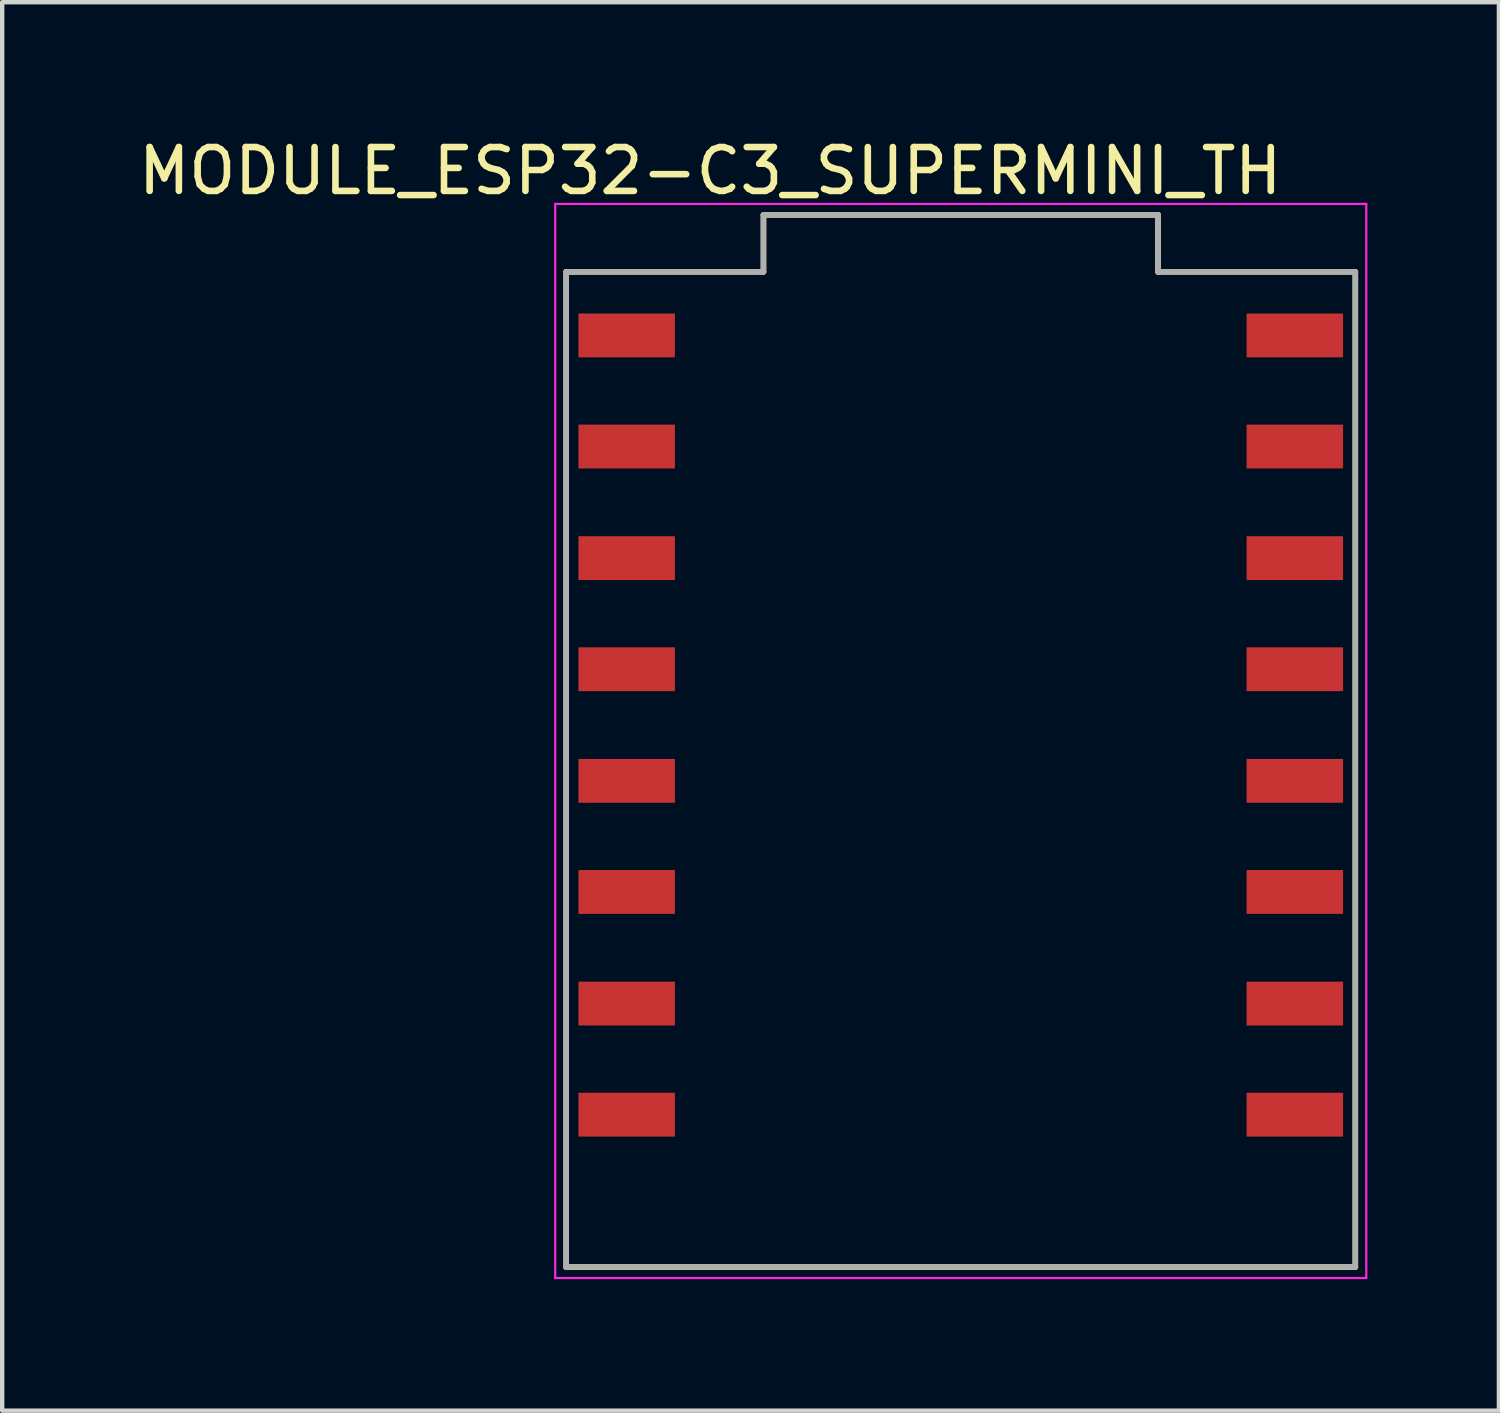
<source format=kicad_pcb>
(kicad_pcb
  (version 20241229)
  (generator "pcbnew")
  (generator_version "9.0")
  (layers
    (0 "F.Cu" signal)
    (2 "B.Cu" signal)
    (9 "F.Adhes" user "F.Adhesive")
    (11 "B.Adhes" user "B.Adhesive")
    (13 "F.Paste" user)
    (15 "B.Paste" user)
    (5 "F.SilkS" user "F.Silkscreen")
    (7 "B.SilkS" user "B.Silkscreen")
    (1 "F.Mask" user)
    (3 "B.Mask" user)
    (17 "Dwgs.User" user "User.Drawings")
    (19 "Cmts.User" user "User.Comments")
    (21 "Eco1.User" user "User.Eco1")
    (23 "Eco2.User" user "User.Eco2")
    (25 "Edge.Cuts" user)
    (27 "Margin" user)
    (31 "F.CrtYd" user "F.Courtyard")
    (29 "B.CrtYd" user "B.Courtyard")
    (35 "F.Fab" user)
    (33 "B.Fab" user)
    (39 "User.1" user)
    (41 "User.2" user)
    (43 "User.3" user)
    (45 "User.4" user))
  (footprint "MODULE_ESP32-C3_SUPERMINI_TH"
    (layer "F.Cu")
    (at 18.864 14.501)
    (property "Reference" "MODULE_ESP32-C3_SUPERMINI_TH" (at -5.715 -13.652 0) (layer "F.SilkS") (effects (font (size 1 1) (thickness 0.15))))
    (attr through_hole)
    (fp_line (start -9 11.35) (end -9 -11.35) (stroke (width 0.127) (type solid)) (layer "F.SilkS"))
    (fp_line (start -4.5 -12.65) (end -4.5 -11.35) (stroke (width 0.127) (type solid)) (layer "F.SilkS"))
    (fp_line (start -4.5 -11.35) (end -9 -11.35) (stroke (width 0.127) (type solid)) (layer "F.SilkS"))
    (fp_line (start 4.5 -12.65) (end -4.5 -12.65) (stroke (width 0.127) (type solid)) (layer "F.SilkS"))
    (fp_line (start 4.5 -12.65) (end 4.5 -11.35) (stroke (width 0.127) (type solid)) (layer "F.SilkS"))
    (fp_line (start 9 -11.35) (end 4.5 -11.35) (stroke (width 0.127) (type solid)) (layer "F.SilkS"))
    (fp_line (start 9 11.35) (end -9 11.35) (stroke (width 0.127) (type solid)) (layer "F.SilkS"))
    (fp_line (start 9 11.35) (end 9 -11.35) (stroke (width 0.127) (type solid)) (layer "F.SilkS"))
    (fp_line (start -9.25 -12.9) (end 9.25 -12.9) (stroke (width 0.05) (type solid)) (layer "F.CrtYd"))
    (fp_line (start -9.25 11.6) (end -9.25 -12.9) (stroke (width 0.05) (type solid)) (layer "F.CrtYd"))
    (fp_line (start 9.25 -12.9) (end 9.25 11.6) (stroke (width 0.05) (type solid)) (layer "F.CrtYd"))
    (fp_line (start 9.25 11.6) (end -9.25 11.6) (stroke (width 0.05) (type solid)) (layer "F.CrtYd"))
    (fp_line (start -9 11.35) (end -9 -11.35) (stroke (width 0.127) (type solid)) (layer "F.Fab"))
    (fp_line (start -4.5 -12.65) (end -4.5 -11.35) (stroke (width 0.127) (type solid)) (layer "F.Fab"))
    (fp_line (start -4.5 -11.35) (end -9 -11.35) (stroke (width 0.127) (type solid)) (layer "F.Fab"))
    (fp_line (start 4.5 -12.65) (end -4.5 -12.65) (stroke (width 0.127) (type solid)) (layer "F.Fab"))
    (fp_line (start 4.5 -12.65) (end 4.5 -11.35) (stroke (width 0.127) (type solid)) (layer "F.Fab"))
    (fp_line (start 9 -11.35) (end 4.5 -11.35) (stroke (width 0.127) (type solid)) (layer "F.Fab"))
    (fp_line (start 9 11.35) (end -9 11.35) (stroke (width 0.127) (type solid)) (layer "F.Fab"))
    (fp_line (start 9 11.35) (end 9 -11.35) (stroke (width 0.127) (type solid)) (layer "F.Fab"))
    (pad "0" smd rect (at 7.62 7.874) (size 2.2 1) (layers "F.Cu" "F.Mask" "F.Paste"))
    (pad "1" smd rect (at 7.62 5.34) (size 2.2 1) (layers "F.Cu" "F.Mask" "F.Paste"))
    (pad "2" smd rect (at 7.62 2.794) (size 2.2 1) (layers "F.Cu" "F.Mask" "F.Paste"))
    (pad "3" smd rect (at 7.62 0.26) (size 2.2 1) (layers "F.Cu" "F.Mask" "F.Paste"))
    (pad "3.3" smd rect (at 7.62 -4.82) (size 2.2 1) (layers "F.Cu" "F.Mask" "F.Paste"))
    (pad "4" smd rect (at 7.62 -2.286) (size 2.2 1) (layers "F.Cu" "F.Mask" "F.Paste"))
    (pad "5" smd rect (at -7.62 -9.9) (size 2.2 1) (layers "F.Cu" "F.Mask" "F.Paste"))
    (pad "5V" smd rect (at 7.62 -9.9) (size 2.2 1) (layers "F.Cu" "F.Mask" "F.Paste"))
    (pad "6" smd rect (at -7.62 -7.366) (size 2.2 1) (layers "F.Cu" "F.Mask" "F.Paste"))
    (pad "7" smd rect (at -7.62 -4.82) (size 2.2 1) (layers "F.Cu" "F.Mask" "F.Paste"))
    (pad "8" smd rect (at -7.62 -2.286) (size 2.2 1) (layers "F.Cu" "F.Mask" "F.Paste"))
    (pad "9" smd rect (at -7.62 0.26) (size 2.2 1) (layers "F.Cu" "F.Mask" "F.Paste"))
    (pad "10" smd rect (at -7.62 2.794) (size 2.2 1) (layers "F.Cu" "F.Mask" "F.Paste"))
    (pad "20" smd rect (at -7.62 5.34) (size 2.2 1) (layers "F.Cu" "F.Mask" "F.Paste"))
    (pad "21" smd rect (at -7.62 7.874) (size 2.2 1) (layers "F.Cu" "F.Mask" "F.Paste"))
    (pad "G" smd rect (at 7.62 -7.366) (size 2.2 1) (layers "F.Cu" "F.Mask" "F.Paste")))
  (gr_rect
    (start -3 -3)
    (end 31.139 29.126)
    (stroke (width 0.1) (type default))
    (fill no)
    (layer "Edge.Cuts")))
</source>
